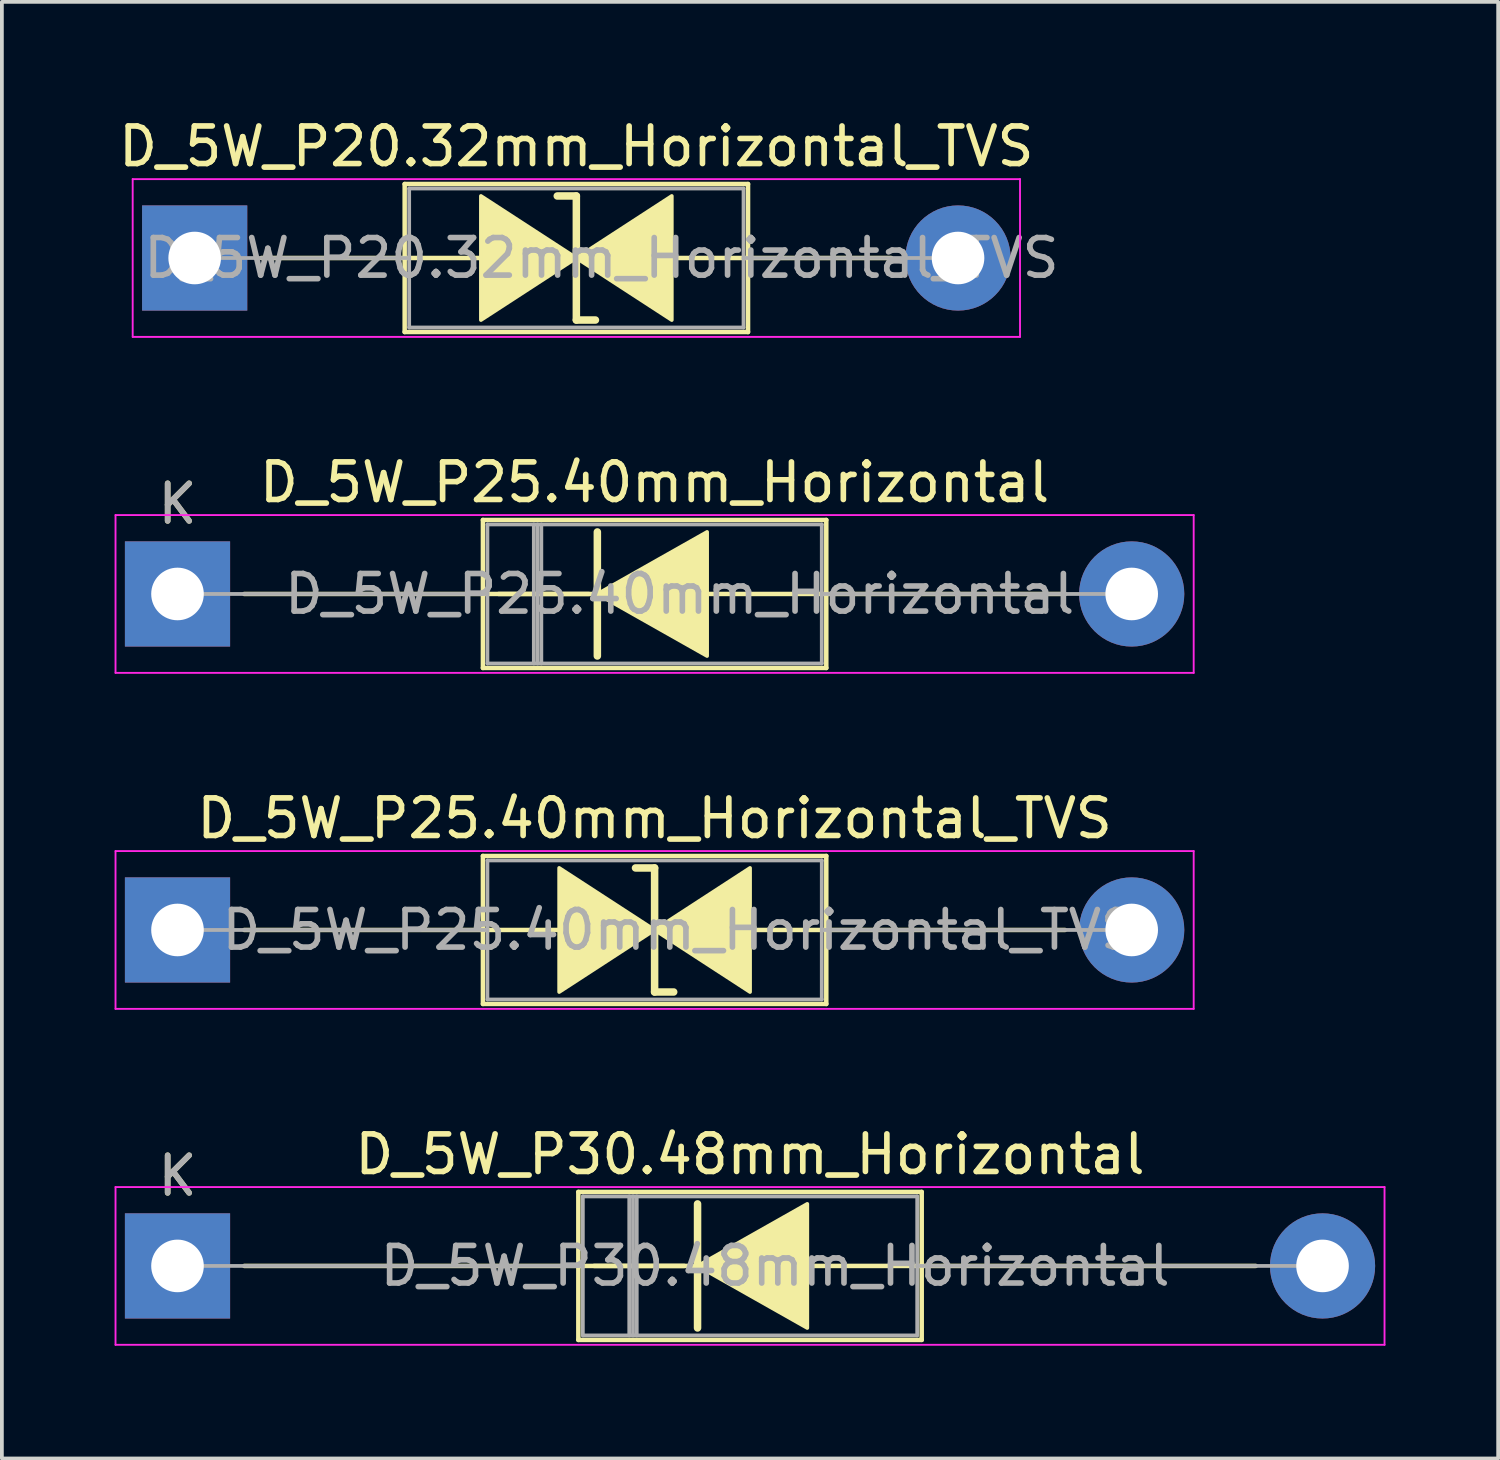
<source format=kicad_pcb>
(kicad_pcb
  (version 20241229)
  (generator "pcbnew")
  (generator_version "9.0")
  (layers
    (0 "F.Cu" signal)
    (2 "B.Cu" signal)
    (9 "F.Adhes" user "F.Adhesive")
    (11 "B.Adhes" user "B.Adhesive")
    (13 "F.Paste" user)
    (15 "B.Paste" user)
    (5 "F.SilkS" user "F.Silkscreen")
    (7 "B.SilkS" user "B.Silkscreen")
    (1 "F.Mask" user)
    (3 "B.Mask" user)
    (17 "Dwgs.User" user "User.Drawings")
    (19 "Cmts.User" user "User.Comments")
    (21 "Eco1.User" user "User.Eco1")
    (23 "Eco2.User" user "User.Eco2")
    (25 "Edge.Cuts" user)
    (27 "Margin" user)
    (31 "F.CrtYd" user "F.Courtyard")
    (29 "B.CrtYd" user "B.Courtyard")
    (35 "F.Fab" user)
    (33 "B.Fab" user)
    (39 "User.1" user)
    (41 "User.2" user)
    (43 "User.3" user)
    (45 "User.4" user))
  (footprint "D_5W_P20.32mm_Horizontal_TVS"
    (layer "F.Cu")
    (at 2.132 3.818)
    (property "Reference" "D_5W_P20.32mm_Horizontal_TVS" (at 10.16 -2.97 0) (layer "F.SilkS") (effects (font (size 1 1) (thickness 0.15))))
    (attr through_hole)
    (fp_line (start 1.778 0) (end 5.59 0) (stroke (width 0.12) (type solid)) (layer "F.SilkS"))
    (fp_line (start 5.588 0) (end 7.62 0) (stroke (width 0.12) (type solid)) (layer "F.SilkS"))
    (fp_line (start 5.59 -1.97) (end 5.59 1.97) (stroke (width 0.12) (type solid)) (layer "F.SilkS"))
    (fp_line (start 5.59 1.97) (end 14.73 1.97) (stroke (width 0.12) (type solid)) (layer "F.SilkS"))
    (fp_line (start 10.16 -1.651) (end 9.652 -1.651) (stroke (width 0.2) (type solid)) (layer "F.SilkS"))
    (fp_line (start 10.16 1.651) (end 10.16 -1.651) (stroke (width 0.2) (type solid)) (layer "F.SilkS"))
    (fp_line (start 10.668 1.651) (end 10.16 1.651) (stroke (width 0.2) (type solid)) (layer "F.SilkS"))
    (fp_line (start 14.73 -1.97) (end 5.59 -1.97) (stroke (width 0.12) (type solid)) (layer "F.SilkS"))
    (fp_line (start 14.73 0) (end 12.7 0) (stroke (width 0.12) (type solid)) (layer "F.SilkS"))
    (fp_line (start 14.73 1.97) (end 14.73 -1.97) (stroke (width 0.12) (type solid)) (layer "F.SilkS"))
    (fp_line (start 18.542 0) (end 14.73 0) (stroke (width 0.12) (type solid)) (layer "F.SilkS"))
    (fp_poly (pts (xy 10.16 0) (xy 7.62 1.651) (xy 7.62 -1.651)) (stroke (width 0.1) (type solid)) (fill yes) (layer "F.SilkS"))
    (fp_poly (pts (xy 10.16 0) (xy 12.7 -1.651) (xy 12.7 1.651)) (stroke (width 0.1) (type solid)) (fill yes) (layer "F.SilkS"))
    (fp_line (start -1.65 -2.1) (end -1.65 2.1) (stroke (width 0.05) (type solid)) (layer "F.CrtYd"))
    (fp_line (start -1.65 2.1) (end 21.97 2.1) (stroke (width 0.05) (type solid)) (layer "F.CrtYd"))
    (fp_line (start 21.97 -2.1) (end -1.65 -2.1) (stroke (width 0.05) (type solid)) (layer "F.CrtYd"))
    (fp_line (start 21.97 2.1) (end 21.97 -2.1) (stroke (width 0.05) (type solid)) (layer "F.CrtYd"))
    (fp_line (start 0 0) (end 5.71 0) (stroke (width 0.1) (type solid)) (layer "F.Fab"))
    (fp_line (start 5.71 -1.85) (end 5.71 1.85) (stroke (width 0.1) (type solid)) (layer "F.Fab"))
    (fp_line (start 5.71 1.85) (end 14.61 1.85) (stroke (width 0.1) (type solid)) (layer "F.Fab"))
    (fp_line (start 14.61 -1.85) (end 5.71 -1.85) (stroke (width 0.1) (type solid)) (layer "F.Fab"))
    (fp_line (start 14.61 1.85) (end 14.61 -1.85) (stroke (width 0.1) (type solid)) (layer "F.Fab"))
    (fp_line (start 20.32 0) (end 14.61 0) (stroke (width 0.1) (type solid)) (layer "F.Fab"))
    (fp_text user "${REFERENCE}" (at 10.828 0 0) (layer "F.Fab") (effects (font (size 1 1) (thickness 0.15))))
    (pad "1" thru_hole rect (at 0 0) (size 2.8 2.8) (drill 1.4) (layers "*.Cu" "*.Mask"))
    (pad "2" thru_hole oval (at 20.32 0) (size 2.8 2.8) (drill 1.4) (layers "*.Cu" "*.Mask")))
  (footprint "D_5W_P25.40mm_Horizontal"
    (layer "F.Cu")
    (at 1.675 12.761)
    (property "Reference" "D_5W_P25.40mm_Horizontal" (at 12.7 -2.97 0) (layer "F.SilkS") (effects (font (size 1 1) (thickness 0.15))))
    (attr through_hole)
    (fp_line (start 1.778 0) (end 10.95 0) (stroke (width 0.12) (type solid)) (layer "F.SilkS"))
    (fp_line (start 8.13 -1.97) (end 8.13 1.97) (stroke (width 0.12) (type solid)) (layer "F.SilkS"))
    (fp_line (start 8.13 1.97) (end 17.27 1.97) (stroke (width 0.12) (type solid)) (layer "F.SilkS"))
    (fp_line (start 11.176 -1.651) (end 11.176 1.651) (stroke (width 0.2) (type solid)) (layer "F.SilkS"))
    (fp_line (start 11.176 0) (end 8.55 0) (stroke (width 0.12) (type solid)) (layer "F.SilkS"))
    (fp_line (start 17.27 -1.97) (end 8.13 -1.97) (stroke (width 0.12) (type solid)) (layer "F.SilkS"))
    (fp_line (start 17.27 1.97) (end 17.27 -1.97) (stroke (width 0.12) (type solid)) (layer "F.SilkS"))
    (fp_line (start 23.622 0) (end 13.97 0) (stroke (width 0.12) (type solid)) (layer "F.SilkS"))
    (fp_poly (pts (xy 14.097 1.651) (xy 11.176 0) (xy 14.097 -1.651)) (stroke (width 0.1) (type solid)) (fill yes) (layer "F.SilkS"))
    (fp_line (start -1.65 -2.1) (end -1.65 2.1) (stroke (width 0.05) (type solid)) (layer "F.CrtYd"))
    (fp_line (start -1.65 2.1) (end 27.05 2.1) (stroke (width 0.05) (type solid)) (layer "F.CrtYd"))
    (fp_line (start 27.05 -2.1) (end -1.65 -2.1) (stroke (width 0.05) (type solid)) (layer "F.CrtYd"))
    (fp_line (start 27.05 2.1) (end 27.05 -2.1) (stroke (width 0.05) (type solid)) (layer "F.CrtYd"))
    (fp_line (start 0 0) (end 8.25 0) (stroke (width 0.1) (type solid)) (layer "F.Fab"))
    (fp_line (start 8.25 -1.85) (end 8.25 1.85) (stroke (width 0.1) (type solid)) (layer "F.Fab"))
    (fp_line (start 8.25 1.85) (end 17.15 1.85) (stroke (width 0.1) (type solid)) (layer "F.Fab"))
    (fp_line (start 9.485 -1.85) (end 9.485 1.85) (stroke (width 0.1) (type solid)) (layer "F.Fab"))
    (fp_line (start 9.585 -1.85) (end 9.585 1.85) (stroke (width 0.1) (type solid)) (layer "F.Fab"))
    (fp_line (start 9.685 -1.85) (end 9.685 1.85) (stroke (width 0.1) (type solid)) (layer "F.Fab"))
    (fp_line (start 17.15 -1.85) (end 8.25 -1.85) (stroke (width 0.1) (type solid)) (layer "F.Fab"))
    (fp_line (start 17.15 1.85) (end 17.15 -1.85) (stroke (width 0.1) (type solid)) (layer "F.Fab"))
    (fp_line (start 25.4 0) (end 17.15 0) (stroke (width 0.1) (type solid)) (layer "F.Fab"))
    (fp_text user "K" (at 0 -2.4 0) (layer "F.SilkS") (effects (font (size 1 1) (thickness 0.15))))
    (fp_text user "${REFERENCE}" (at 13.367 0 0) (layer "F.Fab") (effects (font (size 1 1) (thickness 0.15))))
    (fp_text user "K" (at 0 -2.4 0) (layer "F.Fab") (effects (font (size 1 1) (thickness 0.15))))
    (pad "1" thru_hole rect (at 0 0) (size 2.8 2.8) (drill 1.4) (layers "*.Cu" "*.Mask"))
    (pad "2" thru_hole oval (at 25.4 0) (size 2.8 2.8) (drill 1.4) (layers "*.Cu" "*.Mask")))
  (footprint "D_5W_P30.48mm_Horizontal"
    (layer "F.Cu")
    (at 1.675 30.648)
    (property "Reference" "D_5W_P30.48mm_Horizontal" (at 15.24 -2.97 0) (layer "F.SilkS") (effects (font (size 1 1) (thickness 0.15))))
    (attr through_hole)
    (fp_line (start 1.778 0) (end 13.843 0) (stroke (width 0.12) (type solid)) (layer "F.SilkS"))
    (fp_line (start 10.67 -1.97) (end 10.67 1.97) (stroke (width 0.12) (type solid)) (layer "F.SilkS"))
    (fp_line (start 10.67 1.97) (end 19.81 1.97) (stroke (width 0.12) (type solid)) (layer "F.SilkS"))
    (fp_line (start 13.49 0) (end 11.09 0) (stroke (width 0.12) (type solid)) (layer "F.SilkS"))
    (fp_line (start 13.843 -1.651) (end 13.843 1.651) (stroke (width 0.2) (type solid)) (layer "F.SilkS"))
    (fp_line (start 19.81 -1.97) (end 10.67 -1.97) (stroke (width 0.12) (type solid)) (layer "F.SilkS"))
    (fp_line (start 19.81 1.97) (end 19.81 -1.97) (stroke (width 0.12) (type solid)) (layer "F.SilkS"))
    (fp_line (start 28.702 0) (end 16.51 0) (stroke (width 0.12) (type solid)) (layer "F.SilkS"))
    (fp_poly (pts (xy 16.764 1.651) (xy 13.843 0) (xy 16.764 -1.651)) (stroke (width 0.1) (type solid)) (fill yes) (layer "F.SilkS"))
    (fp_line (start -1.65 -2.1) (end -1.65 2.1) (stroke (width 0.05) (type solid)) (layer "F.CrtYd"))
    (fp_line (start -1.65 2.1) (end 32.13 2.1) (stroke (width 0.05) (type solid)) (layer "F.CrtYd"))
    (fp_line (start 32.13 -2.1) (end -1.65 -2.1) (stroke (width 0.05) (type solid)) (layer "F.CrtYd"))
    (fp_line (start 32.13 2.1) (end 32.13 -2.1) (stroke (width 0.05) (type solid)) (layer "F.CrtYd"))
    (fp_line (start 0 0) (end 10.79 0) (stroke (width 0.1) (type solid)) (layer "F.Fab"))
    (fp_line (start 10.79 -1.85) (end 10.79 1.85) (stroke (width 0.1) (type solid)) (layer "F.Fab"))
    (fp_line (start 10.79 1.85) (end 19.69 1.85) (stroke (width 0.1) (type solid)) (layer "F.Fab"))
    (fp_line (start 12.025 -1.85) (end 12.025 1.85) (stroke (width 0.1) (type solid)) (layer "F.Fab"))
    (fp_line (start 12.125 -1.85) (end 12.125 1.85) (stroke (width 0.1) (type solid)) (layer "F.Fab"))
    (fp_line (start 12.225 -1.85) (end 12.225 1.85) (stroke (width 0.1) (type solid)) (layer "F.Fab"))
    (fp_line (start 19.69 -1.85) (end 10.79 -1.85) (stroke (width 0.1) (type solid)) (layer "F.Fab"))
    (fp_line (start 19.69 1.85) (end 19.69 -1.85) (stroke (width 0.1) (type solid)) (layer "F.Fab"))
    (fp_line (start 30.48 0) (end 19.69 0) (stroke (width 0.1) (type solid)) (layer "F.Fab"))
    (fp_text user "K" (at 0 -2.4 0) (layer "F.SilkS") (effects (font (size 1 1) (thickness 0.15))))
    (fp_text user "${REFERENCE}" (at 15.908 0 0) (layer "F.Fab") (effects (font (size 1 1) (thickness 0.15))))
    (fp_text user "K" (at 0 -2.4 0) (layer "F.Fab") (effects (font (size 1 1) (thickness 0.15))))
    (pad "1" thru_hole rect (at 0 0) (size 2.8 2.8) (drill 1.4) (layers "*.Cu" "*.Mask"))
    (pad "2" thru_hole oval (at 30.48 0) (size 2.8 2.8) (drill 1.4) (layers "*.Cu" "*.Mask")))
  (footprint "D_5W_P25.40mm_Horizontal_TVS"
    (layer "F.Cu")
    (at 1.675 21.705)
    (property "Reference" "D_5W_P25.40mm_Horizontal_TVS" (at 12.7 -2.97 0) (layer "F.SilkS") (effects (font (size 1 1) (thickness 0.15))))
    (attr through_hole)
    (fp_line (start 1.778 0) (end 8.13 0) (stroke (width 0.12) (type solid)) (layer "F.SilkS"))
    (fp_line (start 8.128 0) (end 10.16 0) (stroke (width 0.12) (type solid)) (layer "F.SilkS"))
    (fp_line (start 8.13 -1.97) (end 8.13 1.97) (stroke (width 0.12) (type solid)) (layer "F.SilkS"))
    (fp_line (start 8.13 1.97) (end 17.27 1.97) (stroke (width 0.12) (type solid)) (layer "F.SilkS"))
    (fp_line (start 12.7 -1.651) (end 12.192 -1.651) (stroke (width 0.2) (type solid)) (layer "F.SilkS"))
    (fp_line (start 12.7 1.651) (end 12.7 -1.651) (stroke (width 0.2) (type solid)) (layer "F.SilkS"))
    (fp_line (start 13.208 1.651) (end 12.7 1.651) (stroke (width 0.2) (type solid)) (layer "F.SilkS"))
    (fp_line (start 17.27 -1.97) (end 8.13 -1.97) (stroke (width 0.12) (type solid)) (layer "F.SilkS"))
    (fp_line (start 17.27 0) (end 15.24 0) (stroke (width 0.12) (type solid)) (layer "F.SilkS"))
    (fp_line (start 17.27 1.97) (end 17.27 -1.97) (stroke (width 0.12) (type solid)) (layer "F.SilkS"))
    (fp_line (start 23.622 0) (end 17.27 0) (stroke (width 0.12) (type solid)) (layer "F.SilkS"))
    (fp_poly (pts (xy 12.7 0) (xy 10.16 1.651) (xy 10.16 -1.651)) (stroke (width 0.1) (type solid)) (fill yes) (layer "F.SilkS"))
    (fp_poly (pts (xy 12.7 0) (xy 15.24 -1.651) (xy 15.24 1.651)) (stroke (width 0.1) (type solid)) (fill yes) (layer "F.SilkS"))
    (fp_line (start -1.65 -2.1) (end -1.65 2.1) (stroke (width 0.05) (type solid)) (layer "F.CrtYd"))
    (fp_line (start -1.65 2.1) (end 27.05 2.1) (stroke (width 0.05) (type solid)) (layer "F.CrtYd"))
    (fp_line (start 27.05 -2.1) (end -1.65 -2.1) (stroke (width 0.05) (type solid)) (layer "F.CrtYd"))
    (fp_line (start 27.05 2.1) (end 27.05 -2.1) (stroke (width 0.05) (type solid)) (layer "F.CrtYd"))
    (fp_line (start 0 0) (end 8.25 0) (stroke (width 0.1) (type solid)) (layer "F.Fab"))
    (fp_line (start 8.25 -1.85) (end 8.25 1.85) (stroke (width 0.1) (type solid)) (layer "F.Fab"))
    (fp_line (start 8.25 1.85) (end 17.15 1.85) (stroke (width 0.1) (type solid)) (layer "F.Fab"))
    (fp_line (start 17.15 -1.85) (end 8.25 -1.85) (stroke (width 0.1) (type solid)) (layer "F.Fab"))
    (fp_line (start 17.15 1.85) (end 17.15 -1.85) (stroke (width 0.1) (type solid)) (layer "F.Fab"))
    (fp_line (start 25.4 0) (end 17.15 0) (stroke (width 0.1) (type solid)) (layer "F.Fab"))
    (fp_text user "${REFERENCE}" (at 13.367 0 0) (layer "F.Fab") (effects (font (size 1 1) (thickness 0.15))))
    (pad "1" thru_hole rect (at 0 0) (size 2.8 2.8) (drill 1.4) (layers "*.Cu" "*.Mask"))
    (pad "2" thru_hole oval (at 25.4 0) (size 2.8 2.8) (drill 1.4) (layers "*.Cu" "*.Mask")))
  (gr_rect
    (start -3 -3)
    (end 36.83 35.773)
    (stroke (width 0.1) (type default))
    (fill no)
    (layer "Edge.Cuts")))
</source>
